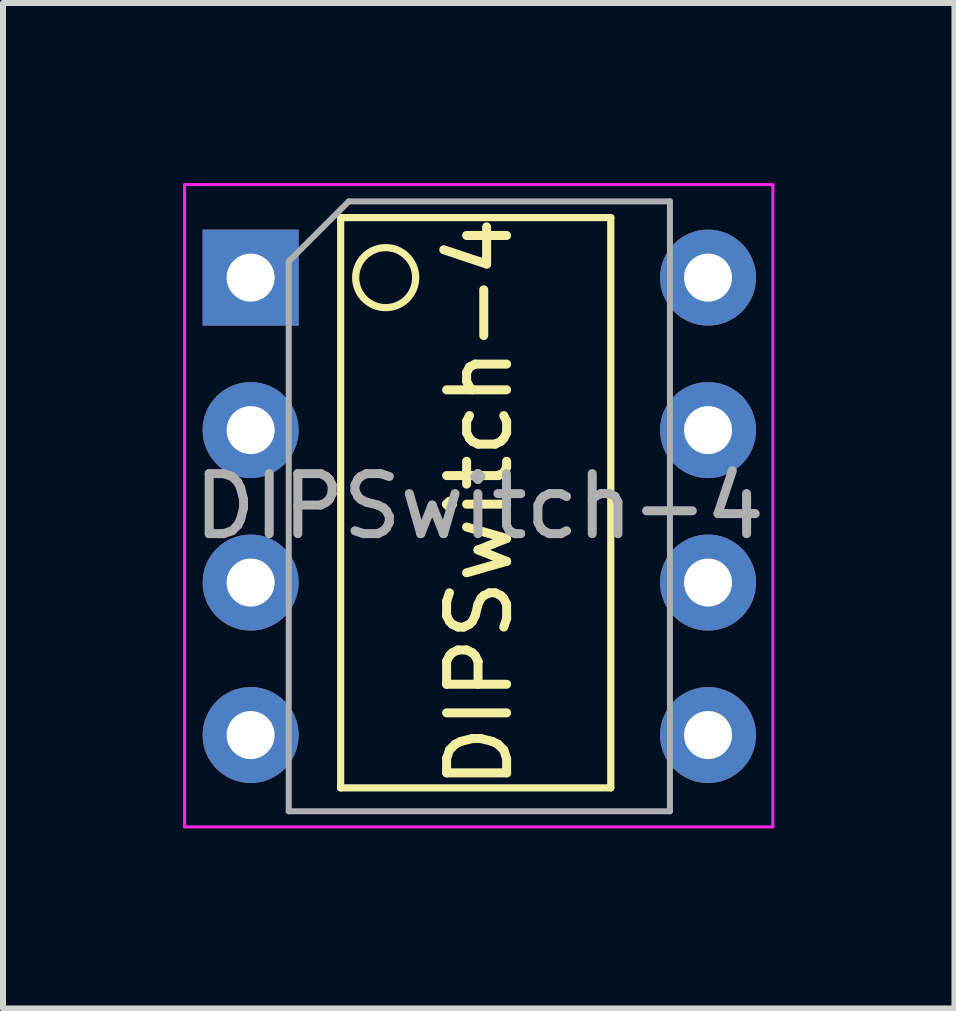
<source format=kicad_pcb>
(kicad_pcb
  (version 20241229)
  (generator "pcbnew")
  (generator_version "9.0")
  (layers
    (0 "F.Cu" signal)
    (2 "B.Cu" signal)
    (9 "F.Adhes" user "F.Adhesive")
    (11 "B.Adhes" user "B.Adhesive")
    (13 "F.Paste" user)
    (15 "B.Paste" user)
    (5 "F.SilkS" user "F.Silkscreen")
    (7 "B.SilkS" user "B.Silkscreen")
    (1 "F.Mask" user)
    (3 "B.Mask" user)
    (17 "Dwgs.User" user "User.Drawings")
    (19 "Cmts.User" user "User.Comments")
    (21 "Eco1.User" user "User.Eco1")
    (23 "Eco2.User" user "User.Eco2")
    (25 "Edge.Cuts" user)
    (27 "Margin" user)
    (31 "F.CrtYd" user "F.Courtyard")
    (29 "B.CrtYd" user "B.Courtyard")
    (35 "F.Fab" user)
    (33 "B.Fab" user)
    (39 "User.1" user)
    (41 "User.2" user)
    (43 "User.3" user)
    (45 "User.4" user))
  (footprint "DIPSwitch-4"
    (layer "F.Cu")
    (at 1.125 1.575)
    (property "Reference" "DIPSwitch-4" (at 3.81 3.75 270) (layer "F.SilkS") (effects (font (size 1 1) (thickness 0.15))))
    (attr through_hole)
    (fp_line (start 1.5 -1) (end 1.5 8.5) (stroke (width 0.12) (type solid)) (layer "F.SilkS"))
    (fp_line (start 1.5 8.5) (end 6 8.5) (stroke (width 0.12) (type solid)) (layer "F.SilkS"))
    (fp_line (start 6 -1) (end 1.5 -1) (stroke (width 0.12) (type solid)) (layer "F.SilkS"))
    (fp_line (start 6 8.5) (end 6 -1) (stroke (width 0.12) (type solid)) (layer "F.SilkS"))
    (fp_circle (center 2.25 0) (end 2.25 0.5) (stroke (width 0.12) (type solid)) (fill no) (layer "F.SilkS"))
    (fp_line (start -1.1 -1.55) (end -1.1 9.15) (stroke (width 0.05) (type solid)) (layer "F.CrtYd"))
    (fp_line (start -1.1 9.15) (end 8.7 9.15) (stroke (width 0.05) (type solid)) (layer "F.CrtYd"))
    (fp_line (start 8.7 -1.55) (end -1.1 -1.55) (stroke (width 0.05) (type solid)) (layer "F.CrtYd"))
    (fp_line (start 8.7 9.15) (end 8.7 -1.55) (stroke (width 0.05) (type solid)) (layer "F.CrtYd"))
    (fp_line (start 0.635 -0.27) (end 1.635 -1.27) (stroke (width 0.1) (type solid)) (layer "F.Fab"))
    (fp_line (start 0.635 8.89) (end 0.635 -0.27) (stroke (width 0.1) (type solid)) (layer "F.Fab"))
    (fp_line (start 1.635 -1.27) (end 6.985 -1.27) (stroke (width 0.1) (type solid)) (layer "F.Fab"))
    (fp_line (start 6.985 -1.27) (end 6.985 8.89) (stroke (width 0.1) (type solid)) (layer "F.Fab"))
    (fp_line (start 6.985 8.89) (end 0.635 8.89) (stroke (width 0.1) (type solid)) (layer "F.Fab"))
    (fp_text user "${REFERENCE}" (at 3.81 3.81 180) (layer "F.Fab") (effects (font (size 1 1) (thickness 0.15))))
    (pad "1" thru_hole rect (at 0 0) (size 1.6 1.6) (drill 0.8) (layers "*.Cu" "*.Mask"))
    (pad "2" thru_hole oval (at 0 2.54) (size 1.6 1.6) (drill 0.8) (layers "*.Cu" "*.Mask"))
    (pad "3" thru_hole oval (at 0 5.08) (size 1.6 1.6) (drill 0.8) (layers "*.Cu" "*.Mask"))
    (pad "4" thru_hole oval (at 0 7.62) (size 1.6 1.6) (drill 0.8) (layers "*.Cu" "*.Mask"))
    (pad "5" thru_hole oval (at 7.62 7.62) (size 1.6 1.6) (drill 0.8) (layers "*.Cu" "*.Mask"))
    (pad "6" thru_hole oval (at 7.62 5.08) (size 1.6 1.6) (drill 0.8) (layers "*.Cu" "*.Mask"))
    (pad "7" thru_hole oval (at 7.62 2.54) (size 1.6 1.6) (drill 0.8) (layers "*.Cu" "*.Mask"))
    (pad "8" thru_hole oval (at 7.62 0) (size 1.6 1.6) (drill 0.8) (layers "*.Cu" "*.Mask")))
  (gr_rect
    (start -3 -3)
    (end 12.85 13.75)
    (stroke (width 0.1) (type default))
    (fill no)
    (layer "Edge.Cuts")))
</source>
